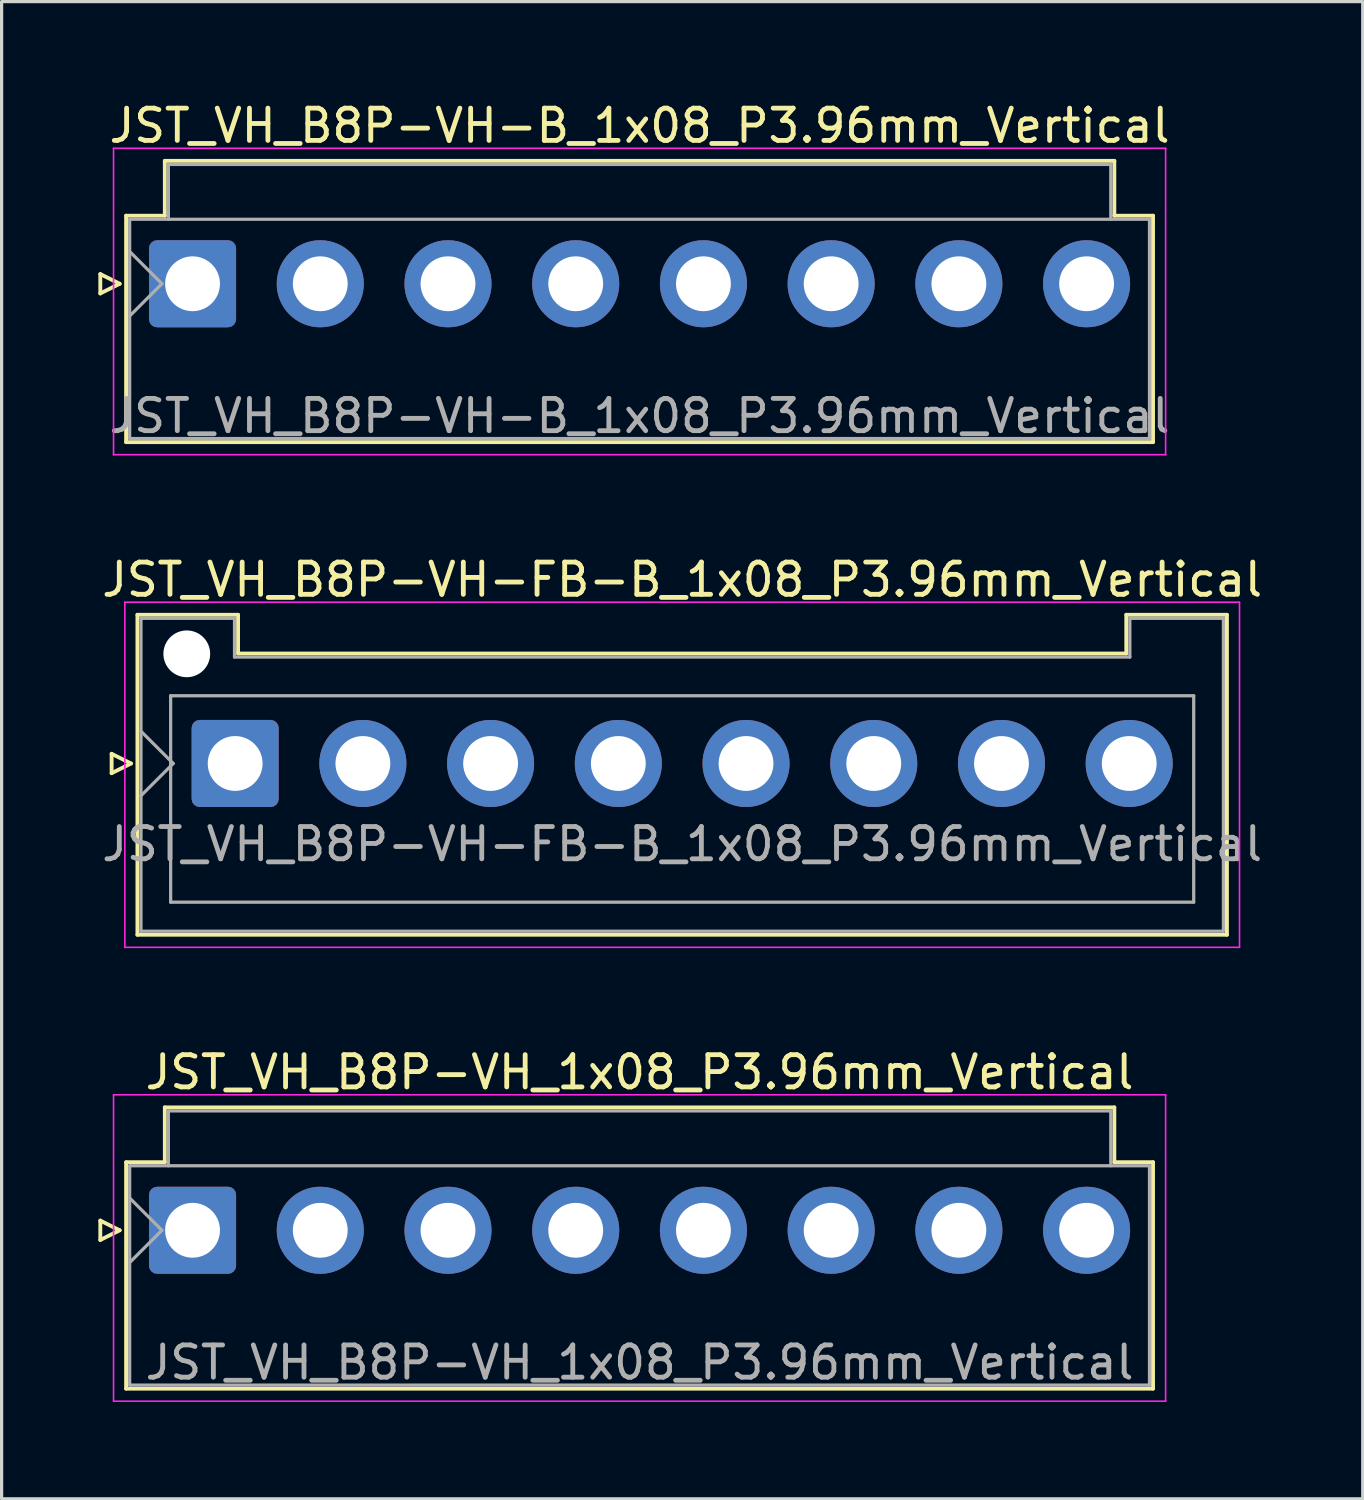
<source format=kicad_pcb>
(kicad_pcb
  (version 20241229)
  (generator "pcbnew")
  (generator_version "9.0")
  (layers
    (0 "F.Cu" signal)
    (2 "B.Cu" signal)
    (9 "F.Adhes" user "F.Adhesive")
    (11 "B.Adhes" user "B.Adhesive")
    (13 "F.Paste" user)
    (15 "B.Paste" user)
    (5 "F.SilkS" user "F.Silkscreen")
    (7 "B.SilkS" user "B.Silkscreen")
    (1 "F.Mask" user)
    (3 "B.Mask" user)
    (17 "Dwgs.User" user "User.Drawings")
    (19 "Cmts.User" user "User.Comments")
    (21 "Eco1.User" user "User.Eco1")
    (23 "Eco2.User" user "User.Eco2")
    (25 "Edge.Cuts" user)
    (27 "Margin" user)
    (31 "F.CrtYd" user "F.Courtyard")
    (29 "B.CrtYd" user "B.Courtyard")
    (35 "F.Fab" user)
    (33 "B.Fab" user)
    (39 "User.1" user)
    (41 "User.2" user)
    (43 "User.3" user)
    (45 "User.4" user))
  (footprint "JST_VH_B8P-VH_1x08_P3.96mm_Vertical"
    (layer "F.Cu")
    (at 2.92 35.095)
    (property "Reference" "JST_VH_B8P-VH_1x08_P3.96mm_Vertical" (at 13.86 -4.9 0) (layer "F.SilkS") (effects (font (size 1 1) (thickness 0.15))))
    (attr through_hole)
    (fp_line (start -2.86 -0.3) (end -2.26 0) (stroke (width 0.12) (type solid)) (layer "F.SilkS"))
    (fp_line (start -2.86 0.3) (end -2.86 -0.3) (stroke (width 0.12) (type solid)) (layer "F.SilkS"))
    (fp_line (start -2.26 0) (end -2.86 0.3) (stroke (width 0.12) (type solid)) (layer "F.SilkS"))
    (fp_line (start -2.06 -2.11) (end -0.86 -2.11) (stroke (width 0.12) (type solid)) (layer "F.SilkS"))
    (fp_line (start -2.06 4.91) (end -2.06 -2.11) (stroke (width 0.12) (type solid)) (layer "F.SilkS"))
    (fp_line (start -0.86 -3.81) (end 28.58 -3.81) (stroke (width 0.12) (type solid)) (layer "F.SilkS"))
    (fp_line (start -0.86 -2.11) (end -0.86 -3.81) (stroke (width 0.12) (type solid)) (layer "F.SilkS"))
    (fp_line (start 28.58 -3.81) (end 28.58 -2.11) (stroke (width 0.12) (type solid)) (layer "F.SilkS"))
    (fp_line (start 28.58 -2.11) (end 29.78 -2.11) (stroke (width 0.12) (type solid)) (layer "F.SilkS"))
    (fp_line (start 29.78 -2.11) (end 29.78 4.91) (stroke (width 0.12) (type solid)) (layer "F.SilkS"))
    (fp_line (start 29.78 4.91) (end -2.06 4.91) (stroke (width 0.12) (type solid)) (layer "F.SilkS"))
    (fp_line (start -2.45 -4.2) (end -2.45 5.3) (stroke (width 0.05) (type solid)) (layer "F.CrtYd"))
    (fp_line (start -2.45 5.3) (end 30.17 5.3) (stroke (width 0.05) (type solid)) (layer "F.CrtYd"))
    (fp_line (start 30.17 -4.2) (end -2.45 -4.2) (stroke (width 0.05) (type solid)) (layer "F.CrtYd"))
    (fp_line (start 30.17 5.3) (end 30.17 -4.2) (stroke (width 0.05) (type solid)) (layer "F.CrtYd"))
    (fp_line (start -1.95 -2) (end -1.95 4.8) (stroke (width 0.1) (type solid)) (layer "F.Fab"))
    (fp_line (start -1.95 -1) (end -0.95 0) (stroke (width 0.1) (type solid)) (layer "F.Fab"))
    (fp_line (start -1.95 1) (end -0.95 0) (stroke (width 0.1) (type solid)) (layer "F.Fab"))
    (fp_line (start -1.95 4.8) (end 29.67 4.8) (stroke (width 0.1) (type solid)) (layer "F.Fab"))
    (fp_line (start -0.75 -3.7) (end 28.47 -3.7) (stroke (width 0.1) (type solid)) (layer "F.Fab"))
    (fp_line (start -0.75 -2) (end -0.75 -3.7) (stroke (width 0.1) (type solid)) (layer "F.Fab"))
    (fp_line (start 28.47 -3.7) (end 28.47 -2) (stroke (width 0.1) (type solid)) (layer "F.Fab"))
    (fp_line (start 29.67 -2) (end -1.95 -2) (stroke (width 0.1) (type solid)) (layer "F.Fab"))
    (fp_line (start 29.67 4.8) (end 29.67 -2) (stroke (width 0.1) (type solid)) (layer "F.Fab"))
    (fp_text user "${REFERENCE}" (at 13.86 4.1 0) (layer "F.Fab") (effects (font (size 1 1) (thickness 0.15))))
    (pad "1" thru_hole roundrect (at 0 0) (size 2.7 2.7) (drill 1.7) (layers "*.Cu" "*.Mask") (roundrect_rratio 0.093))
    (pad "2" thru_hole circle (at 3.96 0) (size 2.7 2.7) (drill 1.7) (layers "*.Cu" "*.Mask"))
    (pad "3" thru_hole circle (at 7.92 0) (size 2.7 2.7) (drill 1.7) (layers "*.Cu" "*.Mask"))
    (pad "4" thru_hole circle (at 11.88 0) (size 2.7 2.7) (drill 1.7) (layers "*.Cu" "*.Mask"))
    (pad "5" thru_hole circle (at 15.84 0) (size 2.7 2.7) (drill 1.7) (layers "*.Cu" "*.Mask"))
    (pad "6" thru_hole circle (at 19.8 0) (size 2.7 2.7) (drill 1.7) (layers "*.Cu" "*.Mask"))
    (pad "7" thru_hole circle (at 23.76 0) (size 2.7 2.7) (drill 1.7) (layers "*.Cu" "*.Mask"))
    (pad "8" thru_hole circle (at 27.72 0) (size 2.7 2.7) (drill 1.7) (layers "*.Cu" "*.Mask")))
  (footprint "JST_VH_B8P-VH-FB-B_1x08_P3.96mm_Vertical"
    (layer "F.Cu")
    (at 4.241 20.622)
    (property "Reference" "JST_VH_B8P-VH-FB-B_1x08_P3.96mm_Vertical" (at 13.86 -5.7 0) (layer "F.SilkS") (effects (font (size 1 1) (thickness 0.15))))
    (attr through_hole)
    (fp_line (start -3.83 -0.3) (end -3.23 0) (stroke (width 0.12) (type solid)) (layer "F.SilkS"))
    (fp_line (start -3.83 0.3) (end -3.83 -0.3) (stroke (width 0.12) (type solid)) (layer "F.SilkS"))
    (fp_line (start -3.23 0) (end -3.83 0.3) (stroke (width 0.12) (type solid)) (layer "F.SilkS"))
    (fp_line (start -3.03 -4.61) (end 0.09 -4.61) (stroke (width 0.12) (type solid)) (layer "F.SilkS"))
    (fp_line (start -3.03 5.31) (end -3.03 -4.61) (stroke (width 0.12) (type solid)) (layer "F.SilkS"))
    (fp_line (start 0.09 -4.61) (end 0.09 -3.41) (stroke (width 0.12) (type solid)) (layer "F.SilkS"))
    (fp_line (start 0.09 -3.41) (end 27.63 -3.41) (stroke (width 0.12) (type solid)) (layer "F.SilkS"))
    (fp_line (start 27.63 -4.61) (end 30.75 -4.61) (stroke (width 0.12) (type solid)) (layer "F.SilkS"))
    (fp_line (start 27.63 -3.41) (end 27.63 -4.61) (stroke (width 0.12) (type solid)) (layer "F.SilkS"))
    (fp_line (start 30.75 -4.61) (end 30.75 5.31) (stroke (width 0.12) (type solid)) (layer "F.SilkS"))
    (fp_line (start 30.75 5.31) (end -3.03 5.31) (stroke (width 0.12) (type solid)) (layer "F.SilkS"))
    (fp_line (start -3.42 -5) (end -3.42 5.7) (stroke (width 0.05) (type solid)) (layer "F.CrtYd"))
    (fp_line (start -3.42 5.7) (end 31.14 5.7) (stroke (width 0.05) (type solid)) (layer "F.CrtYd"))
    (fp_line (start 31.14 -5) (end -3.42 -5) (stroke (width 0.05) (type solid)) (layer "F.CrtYd"))
    (fp_line (start 31.14 5.7) (end 31.14 -5) (stroke (width 0.05) (type solid)) (layer "F.CrtYd"))
    (fp_line (start -2.92 -4.5) (end -0.02 -4.5) (stroke (width 0.1) (type solid)) (layer "F.Fab"))
    (fp_line (start -2.92 -1) (end -1.92 0) (stroke (width 0.1) (type solid)) (layer "F.Fab"))
    (fp_line (start -2.92 1) (end -1.92 0) (stroke (width 0.1) (type solid)) (layer "F.Fab"))
    (fp_line (start -2.92 5.2) (end -2.92 -4.5) (stroke (width 0.1) (type solid)) (layer "F.Fab"))
    (fp_line (start -2 -2.1) (end 29.72 -2.1) (stroke (width 0.1) (type solid)) (layer "F.Fab"))
    (fp_line (start -2 4.3) (end -2 -2.1) (stroke (width 0.1) (type solid)) (layer "F.Fab"))
    (fp_line (start -0.02 -4.5) (end -0.02 -3.3) (stroke (width 0.1) (type solid)) (layer "F.Fab"))
    (fp_line (start -0.02 -3.3) (end 27.74 -3.3) (stroke (width 0.1) (type solid)) (layer "F.Fab"))
    (fp_line (start 27.74 -4.5) (end 30.64 -4.5) (stroke (width 0.1) (type solid)) (layer "F.Fab"))
    (fp_line (start 27.74 -3.3) (end 27.74 -4.5) (stroke (width 0.1) (type solid)) (layer "F.Fab"))
    (fp_line (start 29.72 -2.1) (end 29.72 4.3) (stroke (width 0.1) (type solid)) (layer "F.Fab"))
    (fp_line (start 29.72 4.3) (end -2 4.3) (stroke (width 0.1) (type solid)) (layer "F.Fab"))
    (fp_line (start 30.64 -4.5) (end 30.64 5.2) (stroke (width 0.1) (type solid)) (layer "F.Fab"))
    (fp_line (start 30.64 5.2) (end -2.92 5.2) (stroke (width 0.1) (type solid)) (layer "F.Fab"))
    (fp_text user "${REFERENCE}" (at 13.86 2.5 0) (layer "F.Fab") (effects (font (size 1 1) (thickness 0.15))))
    (pad "" np_thru_hole circle (at -1.5 -3.4) (size 1.45 1.45) (drill 1.45) (layers "*.Cu" "*.Mask"))
    (pad "1" thru_hole roundrect (at 0 0) (size 2.7 2.7) (drill 1.7) (layers "*.Cu" "*.Mask") (roundrect_rratio 0.093))
    (pad "2" thru_hole circle (at 3.96 0) (size 2.7 2.7) (drill 1.7) (layers "*.Cu" "*.Mask"))
    (pad "3" thru_hole circle (at 7.92 0) (size 2.7 2.7) (drill 1.7) (layers "*.Cu" "*.Mask"))
    (pad "4" thru_hole circle (at 11.88 0) (size 2.7 2.7) (drill 1.7) (layers "*.Cu" "*.Mask"))
    (pad "5" thru_hole circle (at 15.84 0) (size 2.7 2.7) (drill 1.7) (layers "*.Cu" "*.Mask"))
    (pad "6" thru_hole circle (at 19.8 0) (size 2.7 2.7) (drill 1.7) (layers "*.Cu" "*.Mask"))
    (pad "7" thru_hole circle (at 23.76 0) (size 2.7 2.7) (drill 1.7) (layers "*.Cu" "*.Mask"))
    (pad "8" thru_hole circle (at 27.72 0) (size 2.7 2.7) (drill 1.7) (layers "*.Cu" "*.Mask")))
  (footprint "JST_VH_B8P-VH-B_1x08_P3.96mm_Vertical"
    (layer "F.Cu")
    (at 2.92 5.748)
    (property "Reference" "JST_VH_B8P-VH-B_1x08_P3.96mm_Vertical" (at 13.86 -4.9 0) (layer "F.SilkS") (effects (font (size 1 1) (thickness 0.15))))
    (attr through_hole)
    (fp_line (start -2.86 -0.3) (end -2.26 0) (stroke (width 0.12) (type solid)) (layer "F.SilkS"))
    (fp_line (start -2.86 0.3) (end -2.86 -0.3) (stroke (width 0.12) (type solid)) (layer "F.SilkS"))
    (fp_line (start -2.26 0) (end -2.86 0.3) (stroke (width 0.12) (type solid)) (layer "F.SilkS"))
    (fp_line (start -2.06 -2.11) (end -0.86 -2.11) (stroke (width 0.12) (type solid)) (layer "F.SilkS"))
    (fp_line (start -2.06 4.91) (end -2.06 -2.11) (stroke (width 0.12) (type solid)) (layer "F.SilkS"))
    (fp_line (start -0.86 -3.81) (end 28.58 -3.81) (stroke (width 0.12) (type solid)) (layer "F.SilkS"))
    (fp_line (start -0.86 -2.11) (end -0.86 -3.81) (stroke (width 0.12) (type solid)) (layer "F.SilkS"))
    (fp_line (start 28.58 -3.81) (end 28.58 -2.11) (stroke (width 0.12) (type solid)) (layer "F.SilkS"))
    (fp_line (start 28.58 -2.11) (end 29.78 -2.11) (stroke (width 0.12) (type solid)) (layer "F.SilkS"))
    (fp_line (start 29.78 -2.11) (end 29.78 4.91) (stroke (width 0.12) (type solid)) (layer "F.SilkS"))
    (fp_line (start 29.78 4.91) (end -2.06 4.91) (stroke (width 0.12) (type solid)) (layer "F.SilkS"))
    (fp_line (start -2.45 -4.2) (end -2.45 5.3) (stroke (width 0.05) (type solid)) (layer "F.CrtYd"))
    (fp_line (start -2.45 5.3) (end 30.17 5.3) (stroke (width 0.05) (type solid)) (layer "F.CrtYd"))
    (fp_line (start 30.17 -4.2) (end -2.45 -4.2) (stroke (width 0.05) (type solid)) (layer "F.CrtYd"))
    (fp_line (start 30.17 5.3) (end 30.17 -4.2) (stroke (width 0.05) (type solid)) (layer "F.CrtYd"))
    (fp_line (start -1.95 -2) (end -1.95 4.8) (stroke (width 0.1) (type solid)) (layer "F.Fab"))
    (fp_line (start -1.95 -1) (end -0.95 0) (stroke (width 0.1) (type solid)) (layer "F.Fab"))
    (fp_line (start -1.95 1) (end -0.95 0) (stroke (width 0.1) (type solid)) (layer "F.Fab"))
    (fp_line (start -1.95 4.8) (end 29.67 4.8) (stroke (width 0.1) (type solid)) (layer "F.Fab"))
    (fp_line (start -0.75 -3.7) (end 28.47 -3.7) (stroke (width 0.1) (type solid)) (layer "F.Fab"))
    (fp_line (start -0.75 -2) (end -0.75 -3.7) (stroke (width 0.1) (type solid)) (layer "F.Fab"))
    (fp_line (start 28.47 -3.7) (end 28.47 -2) (stroke (width 0.1) (type solid)) (layer "F.Fab"))
    (fp_line (start 29.67 -2) (end -1.95 -2) (stroke (width 0.1) (type solid)) (layer "F.Fab"))
    (fp_line (start 29.67 4.8) (end 29.67 -2) (stroke (width 0.1) (type solid)) (layer "F.Fab"))
    (fp_text user "${REFERENCE}" (at 13.86 4.1 0) (layer "F.Fab") (effects (font (size 1 1) (thickness 0.15))))
    (pad "1" thru_hole roundrect (at 0 0) (size 2.7 2.7) (drill 1.7) (layers "*.Cu" "*.Mask") (roundrect_rratio 0.093))
    (pad "2" thru_hole circle (at 3.96 0) (size 2.7 2.7) (drill 1.7) (layers "*.Cu" "*.Mask"))
    (pad "3" thru_hole circle (at 7.92 0) (size 2.7 2.7) (drill 1.7) (layers "*.Cu" "*.Mask"))
    (pad "4" thru_hole circle (at 11.88 0) (size 2.7 2.7) (drill 1.7) (layers "*.Cu" "*.Mask"))
    (pad "5" thru_hole circle (at 15.84 0) (size 2.7 2.7) (drill 1.7) (layers "*.Cu" "*.Mask"))
    (pad "6" thru_hole circle (at 19.8 0) (size 2.7 2.7) (drill 1.7) (layers "*.Cu" "*.Mask"))
    (pad "7" thru_hole circle (at 23.76 0) (size 2.7 2.7) (drill 1.7) (layers "*.Cu" "*.Mask"))
    (pad "8" thru_hole circle (at 27.72 0) (size 2.7 2.7) (drill 1.7) (layers "*.Cu" "*.Mask")))
  (gr_rect
    (start -3 -3)
    (end 39.202 43.42)
    (stroke (width 0.1) (type default))
    (fill no)
    (layer "Edge.Cuts")))
</source>
